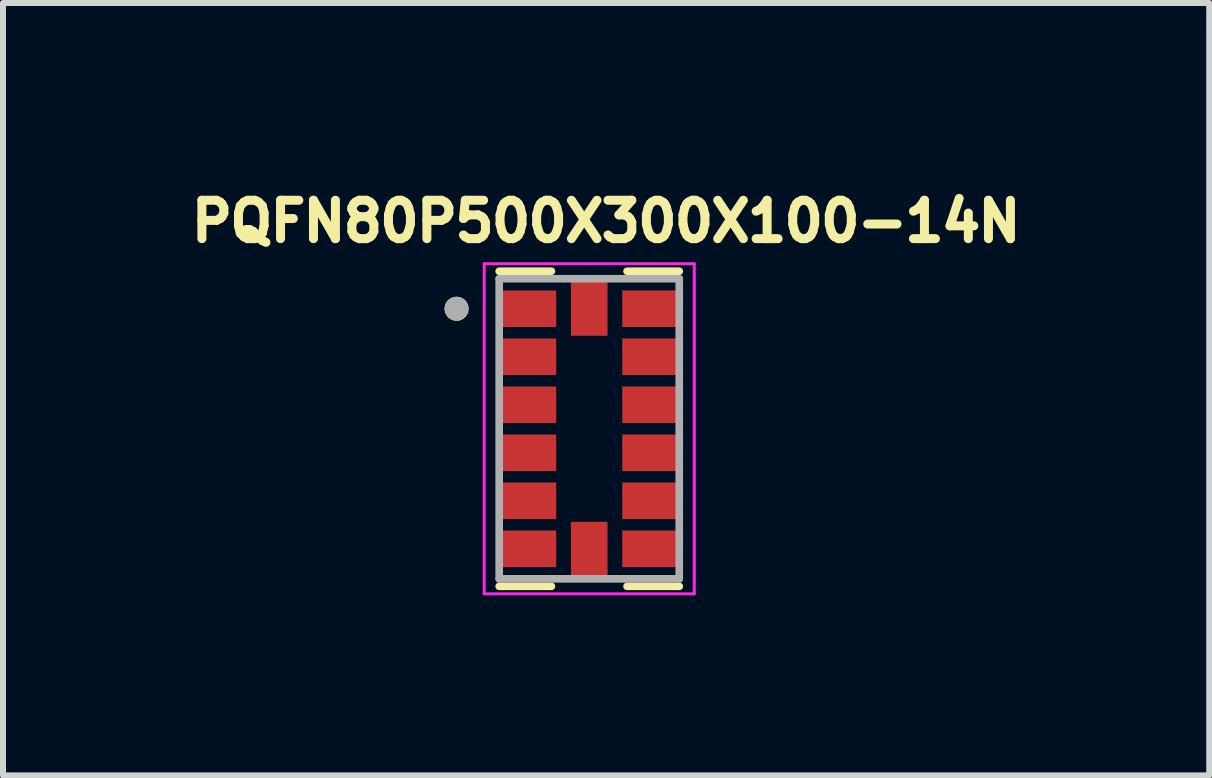
<source format=kicad_pcb>
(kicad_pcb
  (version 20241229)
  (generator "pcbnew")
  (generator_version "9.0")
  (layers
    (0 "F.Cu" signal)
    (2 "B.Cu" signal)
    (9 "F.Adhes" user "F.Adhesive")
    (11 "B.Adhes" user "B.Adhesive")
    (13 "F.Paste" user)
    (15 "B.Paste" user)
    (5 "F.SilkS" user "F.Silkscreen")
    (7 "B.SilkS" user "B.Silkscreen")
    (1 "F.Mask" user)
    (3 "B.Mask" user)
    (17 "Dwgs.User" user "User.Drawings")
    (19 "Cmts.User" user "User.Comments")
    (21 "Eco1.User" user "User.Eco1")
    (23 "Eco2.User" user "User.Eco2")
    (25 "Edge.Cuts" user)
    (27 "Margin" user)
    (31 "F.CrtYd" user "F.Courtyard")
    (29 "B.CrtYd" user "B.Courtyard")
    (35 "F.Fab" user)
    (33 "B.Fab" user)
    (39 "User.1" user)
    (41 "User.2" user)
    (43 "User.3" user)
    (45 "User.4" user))
  (footprint "PQFN80P500X300X100-14N"
    (layer "F.Cu")
    (at 6.767 4.094)
    (property "Reference" "PQFN80P500X300X100-14N" (at 0.282 -3.456 0) (layer "F.SilkS") (effects (font (size 0.64 0.64) (thickness 0.15))))
    (attr smd)
    (fp_poly (pts (xy -1.52 -2.355) (xy -0.5 -2.355) (xy -0.5 -1.645) (xy -1.52 -1.645)) (stroke (width 0.01) (type solid)) (fill yes) (layer "F.Mask"))
    (fp_poly (pts (xy -1.52 -1.555) (xy -0.5 -1.555) (xy -0.5 -0.845) (xy -1.52 -0.845)) (stroke (width 0.01) (type solid)) (fill yes) (layer "F.Mask"))
    (fp_poly (pts (xy -1.52 -0.755) (xy -0.5 -0.755) (xy -0.5 -0.045) (xy -1.52 -0.045)) (stroke (width 0.01) (type solid)) (fill yes) (layer "F.Mask"))
    (fp_poly (pts (xy -1.52 0.045) (xy -0.5 0.045) (xy -0.5 0.755) (xy -1.52 0.755)) (stroke (width 0.01) (type solid)) (fill yes) (layer "F.Mask"))
    (fp_poly (pts (xy -1.52 0.845) (xy -0.5 0.845) (xy -0.5 1.555) (xy -1.52 1.555)) (stroke (width 0.01) (type solid)) (fill yes) (layer "F.Mask"))
    (fp_poly (pts (xy -1.52 1.645) (xy -0.5 1.645) (xy -0.5 2.355) (xy -1.52 2.355)) (stroke (width 0.01) (type solid)) (fill yes) (layer "F.Mask"))
    (fp_poly (pts (xy -0.355 -2.52) (xy 0.355 -2.52) (xy 0.355 -1.5) (xy -0.355 -1.5)) (stroke (width 0.01) (type solid)) (fill yes) (layer "F.Mask"))
    (fp_poly (pts (xy -0.355 1.5) (xy 0.355 1.5) (xy 0.355 2.52) (xy -0.355 2.52)) (stroke (width 0.01) (type solid)) (fill yes) (layer "F.Mask"))
    (fp_poly (pts (xy 0.5 -2.355) (xy 1.52 -2.355) (xy 1.52 -1.645) (xy 0.5 -1.645)) (stroke (width 0.01) (type solid)) (fill yes) (layer "F.Mask"))
    (fp_poly (pts (xy 0.5 -1.555) (xy 1.52 -1.555) (xy 1.52 -0.845) (xy 0.5 -0.845)) (stroke (width 0.01) (type solid)) (fill yes) (layer "F.Mask"))
    (fp_poly (pts (xy 0.5 -0.755) (xy 1.52 -0.755) (xy 1.52 -0.045) (xy 0.5 -0.045)) (stroke (width 0.01) (type solid)) (fill yes) (layer "F.Mask"))
    (fp_poly (pts (xy 0.5 0.045) (xy 1.52 0.045) (xy 1.52 0.755) (xy 0.5 0.755)) (stroke (width 0.01) (type solid)) (fill yes) (layer "F.Mask"))
    (fp_poly (pts (xy 0.5 0.845) (xy 1.52 0.845) (xy 1.52 1.555) (xy 0.5 1.555)) (stroke (width 0.01) (type solid)) (fill yes) (layer "F.Mask"))
    (fp_poly (pts (xy 0.5 1.645) (xy 1.52 1.645) (xy 1.52 2.355) (xy 0.5 2.355)) (stroke (width 0.01) (type solid)) (fill yes) (layer "F.Mask"))
    (fp_line (start -1.5 -2.625) (end -0.63 -2.625) (stroke (width 0.127) (type solid)) (layer "F.SilkS"))
    (fp_line (start -1.5 2.625) (end -0.63 2.625) (stroke (width 0.127) (type solid)) (layer "F.SilkS"))
    (fp_line (start 1.5 -2.625) (end 0.63 -2.625) (stroke (width 0.127) (type solid)) (layer "F.SilkS"))
    (fp_line (start 1.5 2.625) (end 0.63 2.625) (stroke (width 0.127) (type solid)) (layer "F.SilkS"))
    (fp_circle (center -2.21 -2) (end -2.11 -2) (stroke (width 0.2) (type solid)) (fill no) (layer "F.SilkS"))
    (fp_line (start -1.75 -2.75) (end -1.75 2.75) (stroke (width 0.05) (type solid)) (layer "F.CrtYd"))
    (fp_line (start -1.75 2.75) (end 1.75 2.75) (stroke (width 0.05) (type solid)) (layer "F.CrtYd"))
    (fp_line (start 1.75 -2.75) (end -1.75 -2.75) (stroke (width 0.05) (type solid)) (layer "F.CrtYd"))
    (fp_line (start 1.75 2.75) (end 1.75 -2.75) (stroke (width 0.05) (type solid)) (layer "F.CrtYd"))
    (fp_line (start -1.5 -2.5) (end 1.5 -2.5) (stroke (width 0.127) (type solid)) (layer "F.Fab"))
    (fp_line (start -1.5 2.5) (end -1.5 -2.5) (stroke (width 0.127) (type solid)) (layer "F.Fab"))
    (fp_line (start 1.5 -2.5) (end 1.5 2.5) (stroke (width 0.127) (type solid)) (layer "F.Fab"))
    (fp_line (start 1.5 2.5) (end -1.5 2.5) (stroke (width 0.127) (type solid)) (layer "F.Fab"))
    (fp_circle (center -2.21 -2) (end -2.11 -2) (stroke (width 0.2) (type solid)) (fill no) (layer "F.Fab"))
    (pad "1" smd rect (at -1.01 -2) (size 0.92 0.61) (layers "F.Cu" "F.Paste"))
    (pad "2" smd rect (at -1.01 -1.2) (size 0.92 0.61) (layers "F.Cu" "F.Paste"))
    (pad "3" smd rect (at -1.01 -0.4) (size 0.92 0.61) (layers "F.Cu" "F.Paste"))
    (pad "4" smd rect (at -1.01 0.4) (size 0.92 0.61) (layers "F.Cu" "F.Paste"))
    (pad "5" smd rect (at -1.01 1.2) (size 0.92 0.61) (layers "F.Cu" "F.Paste"))
    (pad "6" smd rect (at -1.01 2) (size 0.92 0.61) (layers "F.Cu" "F.Paste"))
    (pad "7" smd rect (at 0 2.01) (size 0.61 0.92) (layers "F.Cu" "F.Paste"))
    (pad "8" smd rect (at 1.01 2) (size 0.92 0.61) (layers "F.Cu" "F.Paste"))
    (pad "9" smd rect (at 1.01 1.2) (size 0.92 0.61) (layers "F.Cu" "F.Paste"))
    (pad "10" smd rect (at 1.01 0.4) (size 0.92 0.61) (layers "F.Cu" "F.Paste"))
    (pad "11" smd rect (at 1.01 -0.4) (size 0.92 0.61) (layers "F.Cu" "F.Paste"))
    (pad "12" smd rect (at 1.01 -1.2) (size 0.92 0.61) (layers "F.Cu" "F.Paste"))
    (pad "13" smd rect (at 1.01 -2) (size 0.92 0.61) (layers "F.Cu" "F.Paste"))
    (pad "14" smd rect (at 0 -2.01) (size 0.61 0.92) (layers "F.Cu" "F.Paste")))
  (gr_rect
    (start -3 -3)
    (end 17.097 9.869)
    (stroke (width 0.1) (type default))
    (fill no)
    (layer "Edge.Cuts")))
</source>
